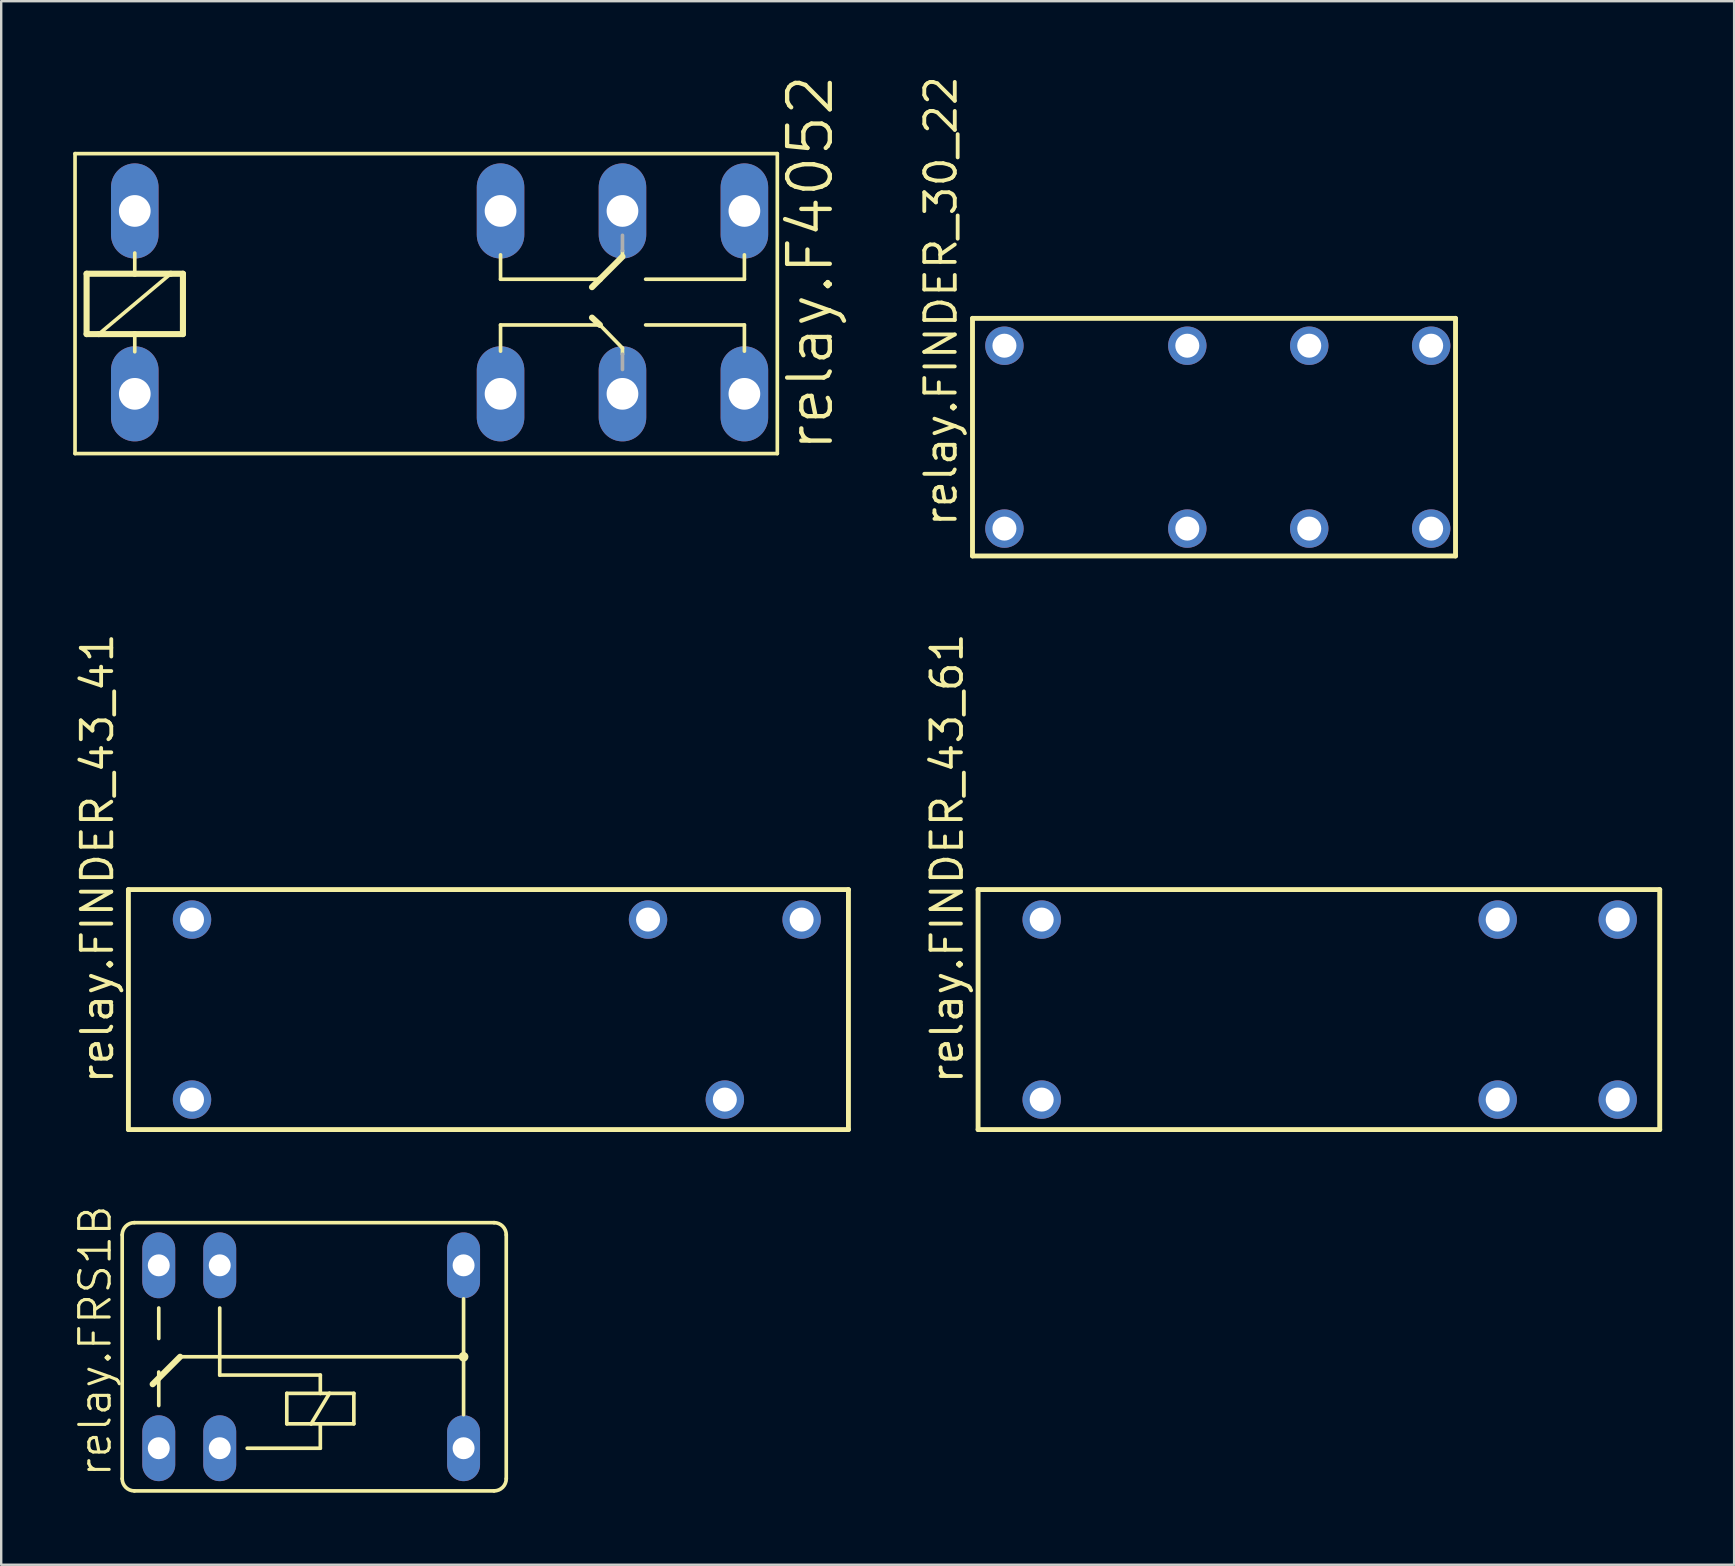
<source format=kicad_pcb>
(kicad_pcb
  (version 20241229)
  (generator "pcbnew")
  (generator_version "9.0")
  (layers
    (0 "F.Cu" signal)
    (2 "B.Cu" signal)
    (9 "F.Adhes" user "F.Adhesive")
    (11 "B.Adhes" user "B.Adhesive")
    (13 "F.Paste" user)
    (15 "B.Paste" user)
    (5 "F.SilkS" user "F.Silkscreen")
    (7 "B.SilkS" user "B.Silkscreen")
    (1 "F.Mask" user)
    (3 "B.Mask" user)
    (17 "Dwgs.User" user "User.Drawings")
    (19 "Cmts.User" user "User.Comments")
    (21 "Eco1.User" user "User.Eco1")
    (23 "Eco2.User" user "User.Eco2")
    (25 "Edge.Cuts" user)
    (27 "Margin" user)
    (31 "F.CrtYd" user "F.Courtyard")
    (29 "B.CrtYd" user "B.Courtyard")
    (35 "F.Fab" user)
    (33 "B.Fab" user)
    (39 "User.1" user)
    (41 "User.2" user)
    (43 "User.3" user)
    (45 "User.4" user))
  (footprint "relay.FINDER_43_41"
    (layer "F.Cu")
    (at 27.15 39.014)
    (property "Reference" "relay.FINDER_43_41" (at -25.4 3.175 90) (layer "F.SilkS") (effects (font (size 1.27 1.27) (thickness 0.16)) (justify left bottom)))
    (attr through_hole)
    (fp_line (start -24.85 -5) (end 5.15 -5) (stroke (width 0.203) (type default)) (layer "F.SilkS"))
    (fp_line (start -24.85 5) (end -24.85 -5) (stroke (width 0.203) (type default)) (layer "F.SilkS"))
    (fp_line (start 5.15 -5) (end 5.15 5) (stroke (width 0.203) (type default)) (layer "F.SilkS"))
    (fp_line (start 5.15 5) (end -24.85 5) (stroke (width 0.203) (type default)) (layer "F.SilkS"))
    (pad "11" thru_hole circle (at 0 3.75) (size 1.6 1.6) (drill 1) (layers "*.Cu" "*.Mask"))
    (pad "12" thru_hole circle (at -3.2 -3.75) (size 1.6 1.6) (drill 1) (layers "*.Cu" "*.Mask"))
    (pad "14" thru_hole circle (at 3.2 -3.75) (size 1.6 1.6) (drill 1) (layers "*.Cu" "*.Mask"))
    (pad "A1" thru_hole circle (at -22.2 3.75) (size 1.6 1.6) (drill 1) (layers "*.Cu" "*.Mask"))
    (pad "A2" thru_hole circle (at -22.2 -3.75) (size 1.6 1.6) (drill 1) (layers "*.Cu" "*.Mask")))
  (footprint "relay.FINDER_43_61"
    (layer "F.Cu")
    (at 59.352 39.014)
    (property "Reference" "relay.FINDER_43_61" (at -22.2 3.175 90) (layer "F.SilkS") (effects (font (size 1.27 1.27) (thickness 0.16)) (justify left bottom)))
    (attr through_hole)
    (fp_line (start -21.65 -5) (end 6.75 -5) (stroke (width 0.203) (type default)) (layer "F.SilkS"))
    (fp_line (start -21.65 5) (end -21.65 -5) (stroke (width 0.203) (type default)) (layer "F.SilkS"))
    (fp_line (start 6.75 -5) (end 6.75 5) (stroke (width 0.203) (type default)) (layer "F.SilkS"))
    (fp_line (start 6.75 5) (end -21.65 5) (stroke (width 0.203) (type default)) (layer "F.SilkS"))
    (pad "11@1" thru_hole circle (at 0 -3.75) (size 1.6 1.6) (drill 1) (layers "*.Cu" "*.Mask"))
    (pad "11@2" thru_hole circle (at 0 3.75) (size 1.6 1.6) (drill 1) (layers "*.Cu" "*.Mask"))
    (pad "14@1" thru_hole circle (at 5 -3.75) (size 1.6 1.6) (drill 1) (layers "*.Cu" "*.Mask"))
    (pad "14@2" thru_hole circle (at 5 3.75) (size 1.6 1.6) (drill 1) (layers "*.Cu" "*.Mask"))
    (pad "A1" thru_hole circle (at -19 3.75) (size 1.6 1.6) (drill 1) (layers "*.Cu" "*.Mask"))
    (pad "A2" thru_hole circle (at -19 -3.75) (size 1.6 1.6) (drill 1) (layers "*.Cu" "*.Mask")))
  (footprint "relay.FRS1B"
    (layer "F.Cu")
    (at 6.105 53.48)
    (property "Reference" "relay.FRS1B" (at -4.445 5.08 90) (layer "F.SilkS") (effects (font (size 1.27 1.27) (thickness 0.13)) (justify left bottom)))
    (attr through_hole)
    (fp_line (start -4.064 5.08) (end -4.064 -5.08) (stroke (width 0.152) (type default)) (layer "F.SilkS"))
    (fp_line (start -3.556 -5.588) (end 11.43 -5.588) (stroke (width 0.152) (type default)) (layer "F.SilkS"))
    (fp_line (start -3.556 5.588) (end 11.43 5.588) (stroke (width 0.152) (type default)) (layer "F.SilkS"))
    (fp_line (start -2.794 1.143) (end -1.651 0) (stroke (width 0.254) (type default)) (layer "F.SilkS"))
    (fp_line (start -2.54 -0.762) (end -2.54 -2.032) (stroke (width 0.152) (type default)) (layer "F.SilkS"))
    (fp_line (start -2.54 0.635) (end -2.54 2.032) (stroke (width 0.152) (type default)) (layer "F.SilkS"))
    (fp_line (start 0 -2.032) (end 0 0.762) (stroke (width 0.152) (type default)) (layer "F.SilkS"))
    (fp_line (start 0 0.762) (end 4.191 0.762) (stroke (width 0.152) (type default)) (layer "F.SilkS"))
    (fp_line (start 2.794 1.524) (end 2.794 2.794) (stroke (width 0.152) (type default)) (layer "F.SilkS"))
    (fp_line (start 2.794 2.794) (end 3.81 2.794) (stroke (width 0.152) (type default)) (layer "F.SilkS"))
    (fp_line (start 3.81 2.794) (end 4.191 2.794) (stroke (width 0.152) (type default)) (layer "F.SilkS"))
    (fp_line (start 4.191 0.762) (end 4.191 1.524) (stroke (width 0.152) (type default)) (layer "F.SilkS"))
    (fp_line (start 4.191 1.524) (end 2.794 1.524) (stroke (width 0.152) (type default)) (layer "F.SilkS"))
    (fp_line (start 4.191 2.794) (end 4.191 3.81) (stroke (width 0.152) (type default)) (layer "F.SilkS"))
    (fp_line (start 4.191 2.794) (end 5.588 2.794) (stroke (width 0.152) (type default)) (layer "F.SilkS"))
    (fp_line (start 4.191 3.81) (end 1.143 3.81) (stroke (width 0.152) (type default)) (layer "F.SilkS"))
    (fp_line (start 4.572 1.524) (end 3.81 2.794) (stroke (width 0.152) (type default)) (layer "F.SilkS"))
    (fp_line (start 4.572 1.524) (end 4.191 1.524) (stroke (width 0.152) (type default)) (layer "F.SilkS"))
    (fp_line (start 5.588 1.524) (end 4.572 1.524) (stroke (width 0.152) (type default)) (layer "F.SilkS"))
    (fp_line (start 5.588 2.794) (end 5.588 1.524) (stroke (width 0.152) (type default)) (layer "F.SilkS"))
    (fp_line (start 10.16 -2.413) (end 10.16 0) (stroke (width 0.152) (type default)) (layer "F.SilkS"))
    (fp_line (start 10.16 0) (end -1.651 0) (stroke (width 0.152) (type default)) (layer "F.SilkS"))
    (fp_line (start 10.16 0) (end 10.16 2.413) (stroke (width 0.152) (type default)) (layer "F.SilkS"))
    (fp_line (start 11.938 5.08) (end 11.938 -5.08) (stroke (width 0.152) (type default)) (layer "F.SilkS"))
    (fp_arc (start -4.064 -5.08) (mid -3.91521 -5.43921) (end -3.556 -5.588) (stroke (width 0.1524) (type default)) (layer "F.SilkS"))
    (fp_arc (start -3.556 5.588) (mid -3.91521 5.43921) (end -4.064 5.08) (stroke (width 0.1524) (type default)) (layer "F.SilkS"))
    (fp_arc (start 11.43 -5.588) (mid 11.78921 -5.43921) (end 11.938 -5.08) (stroke (width 0.1524) (type default)) (layer "F.SilkS"))
    (fp_arc (start 11.938 5.08) (mid 11.78921 5.43921) (end 11.43 5.588) (stroke (width 0.1524) (type default)) (layer "F.SilkS"))
    (fp_circle (center 10.16 0) (end 10.287 0) (stroke (width 0.152) (type default)) (fill no) (layer "F.SilkS"))
    (pad "1" thru_hole oval (at 0 -3.81 90) (size 2.743 1.372) (drill 0.914) (layers "*.Cu" "*.Mask"))
    (pad "2" thru_hole oval (at 0 3.81 90) (size 2.743 1.372) (drill 0.914) (layers "*.Cu" "*.Mask"))
    (pad "O" thru_hole oval (at -2.54 3.81 90) (size 2.743 1.372) (drill 0.914) (layers "*.Cu" "*.Mask"))
    (pad "P" thru_hole oval (at 10.16 -3.81 90) (size 2.743 1.372) (drill 0.914) (layers "*.Cu" "*.Mask"))
    (pad "P@" thru_hole oval (at 10.16 3.81 90) (size 2.743 1.372) (drill 0.914) (layers "*.Cu" "*.Mask"))
    (pad "S" thru_hole oval (at -2.54 -3.81 90) (size 2.743 1.372) (drill 0.914) (layers "*.Cu" "*.Mask")))
  (footprint "relay.FINDER_30_22"
    (layer "F.Cu")
    (at 47.689 15.164)
    (property "Reference" "relay.FINDER_30_22" (at -10.795 3.81 90) (layer "F.SilkS") (effects (font (size 1.27 1.27) (thickness 0.16)) (justify left bottom)))
    (attr through_hole)
    (fp_line (start -10.22 -4.95) (end 9.905 -4.95) (stroke (width 0.203) (type default)) (layer "F.SilkS"))
    (fp_line (start -10.22 4.95) (end -10.22 -4.95) (stroke (width 0.203) (type default)) (layer "F.SilkS"))
    (fp_line (start 9.905 -4.95) (end 9.905 4.95) (stroke (width 0.203) (type default)) (layer "F.SilkS"))
    (fp_line (start 9.905 4.95) (end -10.22 4.95) (stroke (width 0.203) (type default)) (layer "F.SilkS"))
    (pad "11" thru_hole circle (at -1.27 3.81) (size 1.6 1.6) (drill 1) (layers "*.Cu" "*.Mask"))
    (pad "12" thru_hole circle (at 3.81 3.81) (size 1.6 1.6) (drill 1) (layers "*.Cu" "*.Mask"))
    (pad "14" thru_hole circle (at 8.89 3.81) (size 1.6 1.6) (drill 1) (layers "*.Cu" "*.Mask"))
    (pad "21" thru_hole circle (at -1.27 -3.81) (size 1.6 1.6) (drill 1) (layers "*.Cu" "*.Mask"))
    (pad "22" thru_hole circle (at 3.81 -3.81) (size 1.6 1.6) (drill 1) (layers "*.Cu" "*.Mask"))
    (pad "24" thru_hole circle (at 8.89 -3.81) (size 1.6 1.6) (drill 1) (layers "*.Cu" "*.Mask"))
    (pad "A1" thru_hole circle (at -8.89 3.81) (size 1.6 1.6) (drill 1) (layers "*.Cu" "*.Mask"))
    (pad "A2" thru_hole circle (at -8.89 -3.81) (size 1.6 1.6) (drill 1) (layers "*.Cu" "*.Mask")))
  (footprint "relay.F4052"
    (layer "F.Cu")
    (at 6.375 9.549)
    (property "Reference" "relay.F4052" (at 25.375 6.299 90) (layer "F.SilkS") (effects (font (size 1.778 1.778) (thickness 0.18)) (justify left bottom)))
    (attr through_hole)
    (fp_line (start -6.299 -6.198) (end -6.299 6.299) (stroke (width 0.152) (type default)) (layer "F.SilkS"))
    (fp_line (start -6.299 6.299) (end 22.962 6.299) (stroke (width 0.152) (type default)) (layer "F.SilkS"))
    (fp_line (start -5.817 -1.194) (end -3.81 -1.194) (stroke (width 0.254) (type default)) (layer "F.SilkS"))
    (fp_line (start -5.817 1.321) (end -5.817 -1.194) (stroke (width 0.254) (type default)) (layer "F.SilkS"))
    (fp_line (start -5.309 1.321) (end -5.817 1.321) (stroke (width 0.254) (type default)) (layer "F.SilkS"))
    (fp_line (start -3.81 -2.057) (end -3.81 -1.194) (stroke (width 0.152) (type default)) (layer "F.SilkS"))
    (fp_line (start -3.81 -1.194) (end -2.311 -1.194) (stroke (width 0.254) (type default)) (layer "F.SilkS"))
    (fp_line (start -3.81 1.321) (end -5.309 1.321) (stroke (width 0.254) (type default)) (layer "F.SilkS"))
    (fp_line (start -3.81 1.321) (end -3.81 2.057) (stroke (width 0.152) (type default)) (layer "F.SilkS"))
    (fp_line (start -2.311 -1.194) (end -5.309 1.321) (stroke (width 0.152) (type default)) (layer "F.SilkS"))
    (fp_line (start -2.311 -1.194) (end -1.803 -1.194) (stroke (width 0.254) (type default)) (layer "F.SilkS"))
    (fp_line (start -1.803 -1.194) (end -1.803 1.321) (stroke (width 0.254) (type default)) (layer "F.SilkS"))
    (fp_line (start -1.803 1.321) (end -3.81 1.321) (stroke (width 0.254) (type default)) (layer "F.SilkS"))
    (fp_line (start 11.43 -0.965) (end 11.43 -1.981) (stroke (width 0.152) (type default)) (layer "F.SilkS"))
    (fp_line (start 11.43 0.94) (end 11.43 2.032) (stroke (width 0.152) (type default)) (layer "F.SilkS"))
    (fp_line (start 15.24 -0.635) (end 15.57 -0.965) (stroke (width 0.254) (type default)) (layer "F.SilkS"))
    (fp_line (start 15.57 -0.965) (end 11.43 -0.965) (stroke (width 0.152) (type default)) (layer "F.SilkS"))
    (fp_line (start 15.57 -0.965) (end 16.51 -1.905) (stroke (width 0.254) (type default)) (layer "F.SilkS"))
    (fp_line (start 15.57 0.94) (end 11.43 0.94) (stroke (width 0.152) (type default)) (layer "F.SilkS"))
    (fp_line (start 15.57 0.94) (end 15.24 0.635) (stroke (width 0.254) (type default)) (layer "F.SilkS"))
    (fp_line (start 16.51 -2.159) (end 16.51 -1.905) (stroke (width 0.152) (type default)) (layer "F.SilkS"))
    (fp_line (start 16.51 1.905) (end 15.57 0.94) (stroke (width 0.152) (type default)) (layer "F.SilkS"))
    (fp_line (start 16.51 2.159) (end 16.51 1.905) (stroke (width 0.152) (type default)) (layer "F.SilkS"))
    (fp_line (start 17.475 -0.965) (end 21.59 -0.965) (stroke (width 0.152) (type default)) (layer "F.SilkS"))
    (fp_line (start 17.475 0.94) (end 21.59 0.94) (stroke (width 0.152) (type default)) (layer "F.SilkS"))
    (fp_line (start 21.59 -0.965) (end 21.59 -1.981) (stroke (width 0.152) (type default)) (layer "F.SilkS"))
    (fp_line (start 21.59 0.94) (end 21.59 2.032) (stroke (width 0.152) (type default)) (layer "F.SilkS"))
    (fp_line (start 22.962 -6.198) (end -6.299 -6.198) (stroke (width 0.152) (type default)) (layer "F.SilkS"))
    (fp_line (start 22.962 6.299) (end 22.962 -6.198) (stroke (width 0.152) (type default)) (layer "F.SilkS"))
    (fp_line (start 16.51 -2.794) (end 16.51 -2.159) (stroke (width 0.152) (type default)) (layer "F.Fab"))
    (fp_line (start 16.51 2.159) (end 16.51 2.794) (stroke (width 0.152) (type default)) (layer "F.Fab"))
    (pad "1" thru_hole oval (at -3.81 -3.81 90) (size 3.962 1.981) (drill 1.321) (layers "*.Cu" "*.Mask"))
    (pad "2" thru_hole oval (at -3.81 3.81 90) (size 3.962 1.981) (drill 1.321) (layers "*.Cu" "*.Mask"))
    (pad "O1" thru_hole oval (at 11.43 3.81 90) (size 3.962 1.981) (drill 1.321) (layers "*.Cu" "*.Mask"))
    (pad "O2" thru_hole oval (at 11.43 -3.81 90) (size 3.962 1.981) (drill 1.321) (layers "*.Cu" "*.Mask"))
    (pad "P1" thru_hole oval (at 16.51 3.81 90) (size 3.962 1.981) (drill 1.321) (layers "*.Cu" "*.Mask"))
    (pad "P2" thru_hole oval (at 16.51 -3.81 90) (size 3.962 1.981) (drill 1.321) (layers "*.Cu" "*.Mask"))
    (pad "S1" thru_hole oval (at 21.59 3.81 90) (size 3.962 1.981) (drill 1.321) (layers "*.Cu" "*.Mask"))
    (pad "S2" thru_hole oval (at 21.59 -3.81 90) (size 3.962 1.981) (drill 1.321) (layers "*.Cu" "*.Mask")))
  (gr_rect
    (start -3 -3)
    (end 69.203 62.145)
    (stroke (width 0.1) (type default))
    (fill no)
    (layer "Edge.Cuts")))
</source>
